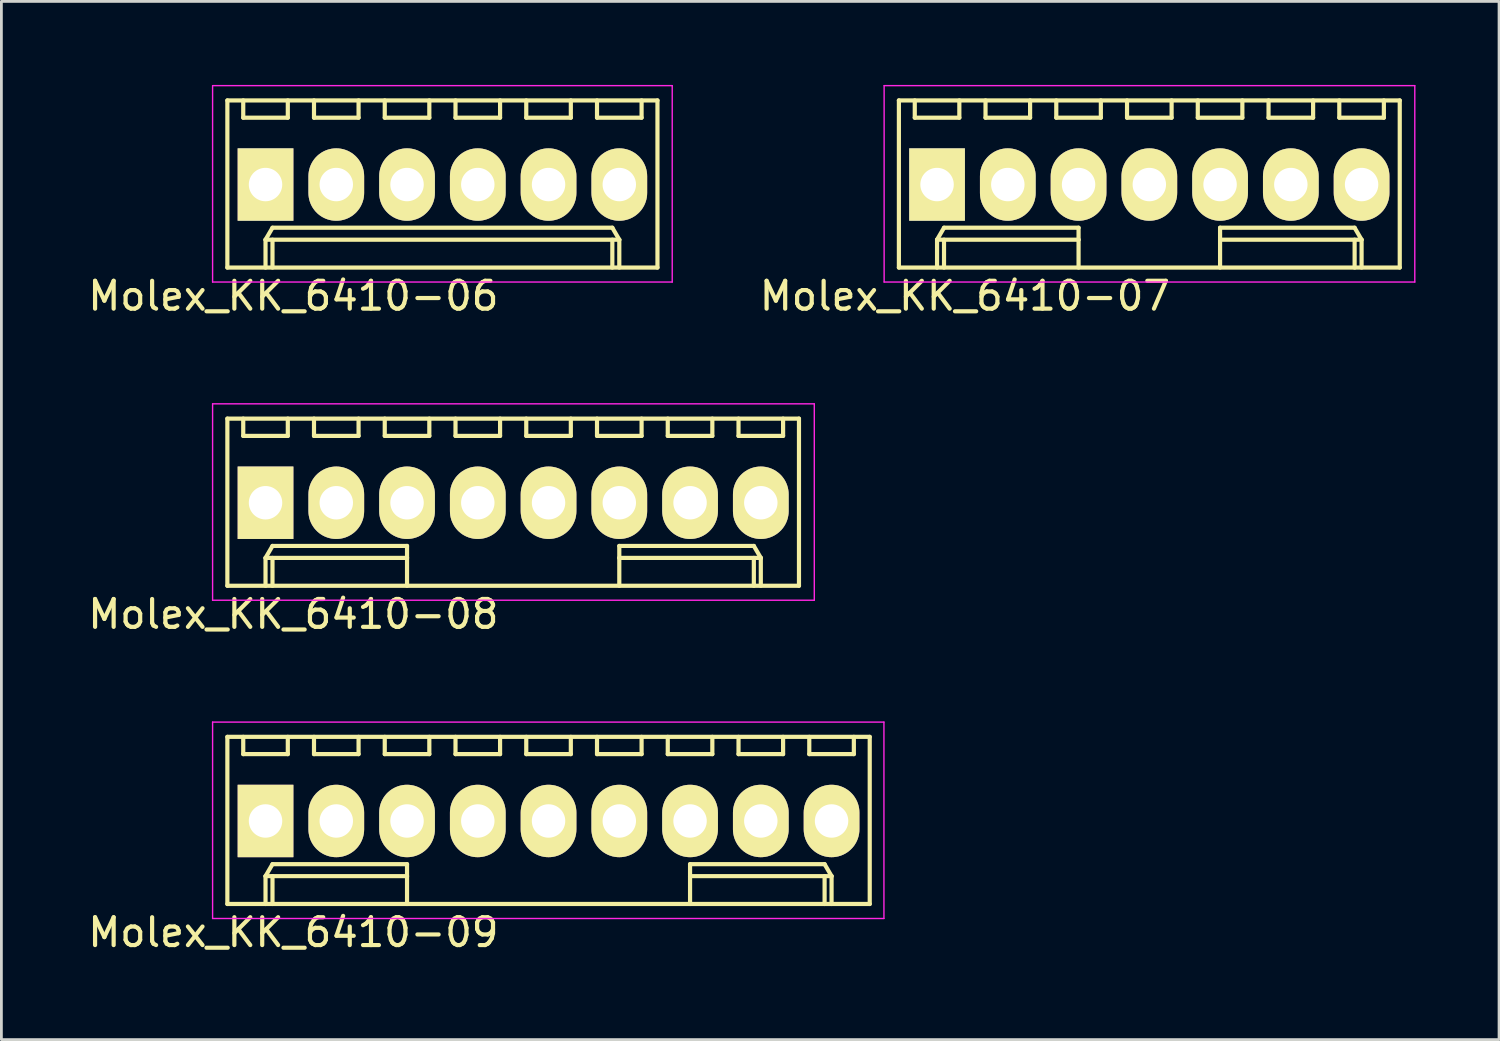
<source format=kicad_pcb>
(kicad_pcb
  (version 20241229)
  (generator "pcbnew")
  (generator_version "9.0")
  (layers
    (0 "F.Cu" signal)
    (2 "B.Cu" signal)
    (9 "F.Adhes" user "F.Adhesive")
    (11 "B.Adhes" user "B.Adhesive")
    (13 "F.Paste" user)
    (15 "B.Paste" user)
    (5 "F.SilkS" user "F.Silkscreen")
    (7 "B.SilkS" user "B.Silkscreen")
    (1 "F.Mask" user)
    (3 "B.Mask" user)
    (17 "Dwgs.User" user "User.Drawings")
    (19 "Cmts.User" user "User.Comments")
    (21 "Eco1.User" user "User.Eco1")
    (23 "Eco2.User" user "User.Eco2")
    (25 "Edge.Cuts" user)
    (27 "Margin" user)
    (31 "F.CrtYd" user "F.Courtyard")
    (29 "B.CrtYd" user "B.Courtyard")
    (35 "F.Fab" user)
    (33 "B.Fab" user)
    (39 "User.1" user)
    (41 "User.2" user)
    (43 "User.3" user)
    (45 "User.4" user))
  (footprint "Molex_KK_6410-06"
    (layer "F.Cu")
    (at 6.482 3.575)
    (property "Reference" "Molex_KK_6410-06" (at 1 4 0) (layer "F.SilkS") (effects (font (size 1 1) (thickness 0.15))))
    (attr through_hole)
    (fp_line (start -1.37 -3.02) (end -1.37 2.98) (stroke (width 0.15) (type solid)) (layer "F.SilkS"))
    (fp_line (start -1.37 2.98) (end 14.07 2.98) (stroke (width 0.15) (type solid)) (layer "F.SilkS"))
    (fp_line (start -0.8 -3.02) (end -0.8 -2.4) (stroke (width 0.15) (type solid)) (layer "F.SilkS"))
    (fp_line (start -0.8 -2.4) (end 0.8 -2.4) (stroke (width 0.15) (type solid)) (layer "F.SilkS"))
    (fp_line (start 0 1.98) (end 0.25 1.55) (stroke (width 0.15) (type solid)) (layer "F.SilkS"))
    (fp_line (start 0 1.98) (end 12.7 1.98) (stroke (width 0.15) (type solid)) (layer "F.SilkS"))
    (fp_line (start 0 2.98) (end 0 1.98) (stroke (width 0.15) (type solid)) (layer "F.SilkS"))
    (fp_line (start 0.25 1.55) (end 12.45 1.55) (stroke (width 0.15) (type solid)) (layer "F.SilkS"))
    (fp_line (start 0.25 2.98) (end 0.25 1.98) (stroke (width 0.15) (type solid)) (layer "F.SilkS"))
    (fp_line (start 0.8 -2.4) (end 0.8 -3.02) (stroke (width 0.15) (type solid)) (layer "F.SilkS"))
    (fp_line (start 1.74 -3.02) (end 1.74 -2.4) (stroke (width 0.15) (type solid)) (layer "F.SilkS"))
    (fp_line (start 1.74 -2.4) (end 3.34 -2.4) (stroke (width 0.15) (type solid)) (layer "F.SilkS"))
    (fp_line (start 3.34 -2.4) (end 3.34 -3.02) (stroke (width 0.15) (type solid)) (layer "F.SilkS"))
    (fp_line (start 4.28 -3.02) (end 4.28 -2.4) (stroke (width 0.15) (type solid)) (layer "F.SilkS"))
    (fp_line (start 4.28 -2.4) (end 5.88 -2.4) (stroke (width 0.15) (type solid)) (layer "F.SilkS"))
    (fp_line (start 5.88 -2.4) (end 5.88 -3.02) (stroke (width 0.15) (type solid)) (layer "F.SilkS"))
    (fp_line (start 6.82 -3.02) (end 6.82 -2.4) (stroke (width 0.15) (type solid)) (layer "F.SilkS"))
    (fp_line (start 6.82 -2.4) (end 8.42 -2.4) (stroke (width 0.15) (type solid)) (layer "F.SilkS"))
    (fp_line (start 8.42 -2.4) (end 8.42 -3.02) (stroke (width 0.15) (type solid)) (layer "F.SilkS"))
    (fp_line (start 9.36 -3.02) (end 9.36 -2.4) (stroke (width 0.15) (type solid)) (layer "F.SilkS"))
    (fp_line (start 9.36 -2.4) (end 10.96 -2.4) (stroke (width 0.15) (type solid)) (layer "F.SilkS"))
    (fp_line (start 10.96 -2.4) (end 10.96 -3.02) (stroke (width 0.15) (type solid)) (layer "F.SilkS"))
    (fp_line (start 11.9 -3.02) (end 11.9 -2.4) (stroke (width 0.15) (type solid)) (layer "F.SilkS"))
    (fp_line (start 11.9 -2.4) (end 13.5 -2.4) (stroke (width 0.15) (type solid)) (layer "F.SilkS"))
    (fp_line (start 12.45 1.55) (end 12.7 1.98) (stroke (width 0.15) (type solid)) (layer "F.SilkS"))
    (fp_line (start 12.45 2.98) (end 12.45 1.98) (stroke (width 0.15) (type solid)) (layer "F.SilkS"))
    (fp_line (start 12.7 1.98) (end 12.7 2.98) (stroke (width 0.15) (type solid)) (layer "F.SilkS"))
    (fp_line (start 13.5 -2.4) (end 13.5 -3.02) (stroke (width 0.15) (type solid)) (layer "F.SilkS"))
    (fp_line (start 14.07 -3.02) (end -1.37 -3.02) (stroke (width 0.15) (type solid)) (layer "F.SilkS"))
    (fp_line (start 14.07 2.98) (end 14.07 -3.02) (stroke (width 0.15) (type solid)) (layer "F.SilkS"))
    (fp_line (start -1.9 -3.55) (end 14.6 -3.55) (stroke (width 0.05) (type solid)) (layer "F.CrtYd"))
    (fp_line (start -1.9 3.5) (end -1.9 -3.55) (stroke (width 0.05) (type solid)) (layer "F.CrtYd"))
    (fp_line (start 14.6 -3.55) (end 14.6 3.5) (stroke (width 0.05) (type solid)) (layer "F.CrtYd"))
    (fp_line (start 14.6 3.5) (end -1.9 3.5) (stroke (width 0.05) (type solid)) (layer "F.CrtYd"))
    (pad "1" thru_hole rect (at 0 0) (size 2 2.6) (drill 1.2) (layers "*.Cu" "*.Mask" "F.SilkS"))
    (pad "2" thru_hole oval (at 2.54 0) (size 2 2.6) (drill 1.2) (layers "*.Cu" "*.Mask" "F.SilkS"))
    (pad "3" thru_hole oval (at 5.08 0) (size 2 2.6) (drill 1.2) (layers "*.Cu" "*.Mask" "F.SilkS"))
    (pad "4" thru_hole oval (at 7.62 0) (size 2 2.6) (drill 1.2) (layers "*.Cu" "*.Mask" "F.SilkS"))
    (pad "5" thru_hole oval (at 10.16 0) (size 2 2.6) (drill 1.2) (layers "*.Cu" "*.Mask" "F.SilkS"))
    (pad "6" thru_hole oval (at 12.7 0) (size 2 2.6) (drill 1.2) (layers "*.Cu" "*.Mask" "F.SilkS")))
  (footprint "Molex_KK_6410-08"
    (layer "F.Cu")
    (at 6.482 14.998)
    (property "Reference" "Molex_KK_6410-08" (at 1 4 0) (layer "F.SilkS") (effects (font (size 1 1) (thickness 0.15))))
    (attr through_hole)
    (fp_line (start -1.37 -3.02) (end -1.37 2.98) (stroke (width 0.15) (type solid)) (layer "F.SilkS"))
    (fp_line (start -1.37 2.98) (end 19.15 2.98) (stroke (width 0.15) (type solid)) (layer "F.SilkS"))
    (fp_line (start -0.8 -3.02) (end -0.8 -2.4) (stroke (width 0.15) (type solid)) (layer "F.SilkS"))
    (fp_line (start -0.8 -2.4) (end 0.8 -2.4) (stroke (width 0.15) (type solid)) (layer "F.SilkS"))
    (fp_line (start 0 1.98) (end 0.25 1.55) (stroke (width 0.15) (type solid)) (layer "F.SilkS"))
    (fp_line (start 0 1.98) (end 5.08 1.98) (stroke (width 0.15) (type solid)) (layer "F.SilkS"))
    (fp_line (start 0 2.98) (end 0 1.98) (stroke (width 0.15) (type solid)) (layer "F.SilkS"))
    (fp_line (start 0.25 1.55) (end 5.08 1.55) (stroke (width 0.15) (type solid)) (layer "F.SilkS"))
    (fp_line (start 0.25 2.98) (end 0.25 1.98) (stroke (width 0.15) (type solid)) (layer "F.SilkS"))
    (fp_line (start 0.8 -2.4) (end 0.8 -3.02) (stroke (width 0.15) (type solid)) (layer "F.SilkS"))
    (fp_line (start 1.74 -3.02) (end 1.74 -2.4) (stroke (width 0.15) (type solid)) (layer "F.SilkS"))
    (fp_line (start 1.74 -2.4) (end 3.34 -2.4) (stroke (width 0.15) (type solid)) (layer "F.SilkS"))
    (fp_line (start 3.34 -2.4) (end 3.34 -3.02) (stroke (width 0.15) (type solid)) (layer "F.SilkS"))
    (fp_line (start 4.28 -3.02) (end 4.28 -2.4) (stroke (width 0.15) (type solid)) (layer "F.SilkS"))
    (fp_line (start 4.28 -2.4) (end 5.88 -2.4) (stroke (width 0.15) (type solid)) (layer "F.SilkS"))
    (fp_line (start 5.08 1.55) (end 5.08 1.98) (stroke (width 0.15) (type solid)) (layer "F.SilkS"))
    (fp_line (start 5.08 1.98) (end 5.08 2.98) (stroke (width 0.15) (type solid)) (layer "F.SilkS"))
    (fp_line (start 5.88 -2.4) (end 5.88 -3.02) (stroke (width 0.15) (type solid)) (layer "F.SilkS"))
    (fp_line (start 6.82 -3.02) (end 6.82 -2.4) (stroke (width 0.15) (type solid)) (layer "F.SilkS"))
    (fp_line (start 6.82 -2.4) (end 8.42 -2.4) (stroke (width 0.15) (type solid)) (layer "F.SilkS"))
    (fp_line (start 8.42 -2.4) (end 8.42 -3.02) (stroke (width 0.15) (type solid)) (layer "F.SilkS"))
    (fp_line (start 9.36 -3.02) (end 9.36 -2.4) (stroke (width 0.15) (type solid)) (layer "F.SilkS"))
    (fp_line (start 9.36 -2.4) (end 10.96 -2.4) (stroke (width 0.15) (type solid)) (layer "F.SilkS"))
    (fp_line (start 10.96 -2.4) (end 10.96 -3.02) (stroke (width 0.15) (type solid)) (layer "F.SilkS"))
    (fp_line (start 11.9 -3.02) (end 11.9 -2.4) (stroke (width 0.15) (type solid)) (layer "F.SilkS"))
    (fp_line (start 11.9 -2.4) (end 13.5 -2.4) (stroke (width 0.15) (type solid)) (layer "F.SilkS"))
    (fp_line (start 12.7 1.55) (end 12.7 1.98) (stroke (width 0.15) (type solid)) (layer "F.SilkS"))
    (fp_line (start 12.7 1.98) (end 12.7 2.98) (stroke (width 0.15) (type solid)) (layer "F.SilkS"))
    (fp_line (start 13.5 -2.4) (end 13.5 -3.02) (stroke (width 0.15) (type solid)) (layer "F.SilkS"))
    (fp_line (start 14.44 -3.02) (end 14.44 -2.4) (stroke (width 0.15) (type solid)) (layer "F.SilkS"))
    (fp_line (start 14.44 -2.4) (end 16.04 -2.4) (stroke (width 0.15) (type solid)) (layer "F.SilkS"))
    (fp_line (start 16.04 -2.4) (end 16.04 -3.02) (stroke (width 0.15) (type solid)) (layer "F.SilkS"))
    (fp_line (start 16.98 -3.02) (end 16.98 -2.4) (stroke (width 0.15) (type solid)) (layer "F.SilkS"))
    (fp_line (start 16.98 -2.4) (end 18.58 -2.4) (stroke (width 0.15) (type solid)) (layer "F.SilkS"))
    (fp_line (start 17.53 1.55) (end 12.7 1.55) (stroke (width 0.15) (type solid)) (layer "F.SilkS"))
    (fp_line (start 17.53 2.98) (end 17.53 1.98) (stroke (width 0.15) (type solid)) (layer "F.SilkS"))
    (fp_line (start 17.78 1.98) (end 12.7 1.98) (stroke (width 0.15) (type solid)) (layer "F.SilkS"))
    (fp_line (start 17.78 1.98) (end 17.53 1.55) (stroke (width 0.15) (type solid)) (layer "F.SilkS"))
    (fp_line (start 17.78 2.98) (end 17.78 1.98) (stroke (width 0.15) (type solid)) (layer "F.SilkS"))
    (fp_line (start 18.58 -2.4) (end 18.58 -3.02) (stroke (width 0.15) (type solid)) (layer "F.SilkS"))
    (fp_line (start 19.15 -3.02) (end -1.37 -3.02) (stroke (width 0.15) (type solid)) (layer "F.SilkS"))
    (fp_line (start 19.15 2.98) (end 19.15 -3.02) (stroke (width 0.15) (type solid)) (layer "F.SilkS"))
    (fp_line (start -1.9 -3.55) (end 19.7 -3.55) (stroke (width 0.05) (type solid)) (layer "F.CrtYd"))
    (fp_line (start -1.9 3.5) (end -1.9 -3.55) (stroke (width 0.05) (type solid)) (layer "F.CrtYd"))
    (fp_line (start 19.7 -3.55) (end 19.7 3.5) (stroke (width 0.05) (type solid)) (layer "F.CrtYd"))
    (fp_line (start 19.7 3.5) (end -1.9 3.5) (stroke (width 0.05) (type solid)) (layer "F.CrtYd"))
    (pad "1" thru_hole rect (at 0 0) (size 2 2.6) (drill 1.2) (layers "*.Cu" "*.Mask" "F.SilkS"))
    (pad "2" thru_hole oval (at 2.54 0) (size 2 2.6) (drill 1.2) (layers "*.Cu" "*.Mask" "F.SilkS"))
    (pad "3" thru_hole oval (at 5.08 0) (size 2 2.6) (drill 1.2) (layers "*.Cu" "*.Mask" "F.SilkS"))
    (pad "4" thru_hole oval (at 7.62 0) (size 2 2.6) (drill 1.2) (layers "*.Cu" "*.Mask" "F.SilkS"))
    (pad "5" thru_hole oval (at 10.16 0) (size 2 2.6) (drill 1.2) (layers "*.Cu" "*.Mask" "F.SilkS"))
    (pad "6" thru_hole oval (at 12.7 0) (size 2 2.6) (drill 1.2) (layers "*.Cu" "*.Mask" "F.SilkS"))
    (pad "7" thru_hole oval (at 15.24 0) (size 2 2.6) (drill 1.2) (layers "*.Cu" "*.Mask" "F.SilkS"))
    (pad "8" thru_hole oval (at 17.78 0) (size 2 2.6) (drill 1.2) (layers "*.Cu" "*.Mask" "F.SilkS")))
  (footprint "Molex_KK_6410-09"
    (layer "F.Cu")
    (at 6.482 26.422)
    (property "Reference" "Molex_KK_6410-09" (at 1 4 0) (layer "F.SilkS") (effects (font (size 1 1) (thickness 0.15))))
    (attr through_hole)
    (fp_line (start -1.37 -3.02) (end -1.37 2.98) (stroke (width 0.15) (type solid)) (layer "F.SilkS"))
    (fp_line (start -1.37 2.98) (end 21.69 2.98) (stroke (width 0.15) (type solid)) (layer "F.SilkS"))
    (fp_line (start -0.8 -3.02) (end -0.8 -2.4) (stroke (width 0.15) (type solid)) (layer "F.SilkS"))
    (fp_line (start -0.8 -2.4) (end 0.8 -2.4) (stroke (width 0.15) (type solid)) (layer "F.SilkS"))
    (fp_line (start 0 1.98) (end 0.25 1.55) (stroke (width 0.15) (type solid)) (layer "F.SilkS"))
    (fp_line (start 0 1.98) (end 5.08 1.98) (stroke (width 0.15) (type solid)) (layer "F.SilkS"))
    (fp_line (start 0 2.98) (end 0 1.98) (stroke (width 0.15) (type solid)) (layer "F.SilkS"))
    (fp_line (start 0.25 1.55) (end 5.08 1.55) (stroke (width 0.15) (type solid)) (layer "F.SilkS"))
    (fp_line (start 0.25 2.98) (end 0.25 1.98) (stroke (width 0.15) (type solid)) (layer "F.SilkS"))
    (fp_line (start 0.8 -2.4) (end 0.8 -3.02) (stroke (width 0.15) (type solid)) (layer "F.SilkS"))
    (fp_line (start 1.74 -3.02) (end 1.74 -2.4) (stroke (width 0.15) (type solid)) (layer "F.SilkS"))
    (fp_line (start 1.74 -2.4) (end 3.34 -2.4) (stroke (width 0.15) (type solid)) (layer "F.SilkS"))
    (fp_line (start 3.34 -2.4) (end 3.34 -3.02) (stroke (width 0.15) (type solid)) (layer "F.SilkS"))
    (fp_line (start 4.28 -3.02) (end 4.28 -2.4) (stroke (width 0.15) (type solid)) (layer "F.SilkS"))
    (fp_line (start 4.28 -2.4) (end 5.88 -2.4) (stroke (width 0.15) (type solid)) (layer "F.SilkS"))
    (fp_line (start 5.08 1.55) (end 5.08 1.98) (stroke (width 0.15) (type solid)) (layer "F.SilkS"))
    (fp_line (start 5.08 1.98) (end 5.08 2.98) (stroke (width 0.15) (type solid)) (layer "F.SilkS"))
    (fp_line (start 5.88 -2.4) (end 5.88 -3.02) (stroke (width 0.15) (type solid)) (layer "F.SilkS"))
    (fp_line (start 6.82 -3.02) (end 6.82 -2.4) (stroke (width 0.15) (type solid)) (layer "F.SilkS"))
    (fp_line (start 6.82 -2.4) (end 8.42 -2.4) (stroke (width 0.15) (type solid)) (layer "F.SilkS"))
    (fp_line (start 8.42 -2.4) (end 8.42 -3.02) (stroke (width 0.15) (type solid)) (layer "F.SilkS"))
    (fp_line (start 9.36 -3.02) (end 9.36 -2.4) (stroke (width 0.15) (type solid)) (layer "F.SilkS"))
    (fp_line (start 9.36 -2.4) (end 10.96 -2.4) (stroke (width 0.15) (type solid)) (layer "F.SilkS"))
    (fp_line (start 10.96 -2.4) (end 10.96 -3.02) (stroke (width 0.15) (type solid)) (layer "F.SilkS"))
    (fp_line (start 11.9 -3.02) (end 11.9 -2.4) (stroke (width 0.15) (type solid)) (layer "F.SilkS"))
    (fp_line (start 11.9 -2.4) (end 13.5 -2.4) (stroke (width 0.15) (type solid)) (layer "F.SilkS"))
    (fp_line (start 13.5 -2.4) (end 13.5 -3.02) (stroke (width 0.15) (type solid)) (layer "F.SilkS"))
    (fp_line (start 14.44 -3.02) (end 14.44 -2.4) (stroke (width 0.15) (type solid)) (layer "F.SilkS"))
    (fp_line (start 14.44 -2.4) (end 16.04 -2.4) (stroke (width 0.15) (type solid)) (layer "F.SilkS"))
    (fp_line (start 15.24 1.55) (end 15.24 1.98) (stroke (width 0.15) (type solid)) (layer "F.SilkS"))
    (fp_line (start 15.24 1.98) (end 15.24 2.98) (stroke (width 0.15) (type solid)) (layer "F.SilkS"))
    (fp_line (start 16.04 -2.4) (end 16.04 -3.02) (stroke (width 0.15) (type solid)) (layer "F.SilkS"))
    (fp_line (start 16.98 -3.02) (end 16.98 -2.4) (stroke (width 0.15) (type solid)) (layer "F.SilkS"))
    (fp_line (start 16.98 -2.4) (end 18.58 -2.4) (stroke (width 0.15) (type solid)) (layer "F.SilkS"))
    (fp_line (start 18.58 -2.4) (end 18.58 -3.02) (stroke (width 0.15) (type solid)) (layer "F.SilkS"))
    (fp_line (start 19.52 -3.02) (end 19.52 -2.4) (stroke (width 0.15) (type solid)) (layer "F.SilkS"))
    (fp_line (start 19.52 -2.4) (end 21.12 -2.4) (stroke (width 0.15) (type solid)) (layer "F.SilkS"))
    (fp_line (start 20.07 1.55) (end 15.24 1.55) (stroke (width 0.15) (type solid)) (layer "F.SilkS"))
    (fp_line (start 20.07 2.98) (end 20.07 1.98) (stroke (width 0.15) (type solid)) (layer "F.SilkS"))
    (fp_line (start 20.32 1.98) (end 15.24 1.98) (stroke (width 0.15) (type solid)) (layer "F.SilkS"))
    (fp_line (start 20.32 1.98) (end 20.07 1.55) (stroke (width 0.15) (type solid)) (layer "F.SilkS"))
    (fp_line (start 20.32 2.98) (end 20.32 1.98) (stroke (width 0.15) (type solid)) (layer "F.SilkS"))
    (fp_line (start 21.12 -2.4) (end 21.12 -3.02) (stroke (width 0.15) (type solid)) (layer "F.SilkS"))
    (fp_line (start 21.69 -3.02) (end -1.37 -3.02) (stroke (width 0.15) (type solid)) (layer "F.SilkS"))
    (fp_line (start 21.69 2.98) (end 21.69 -3.02) (stroke (width 0.15) (type solid)) (layer "F.SilkS"))
    (fp_line (start -1.9 -3.55) (end 22.2 -3.55) (stroke (width 0.05) (type solid)) (layer "F.CrtYd"))
    (fp_line (start -1.9 3.5) (end -1.9 -3.55) (stroke (width 0.05) (type solid)) (layer "F.CrtYd"))
    (fp_line (start 22.2 -3.55) (end 22.2 3.5) (stroke (width 0.05) (type solid)) (layer "F.CrtYd"))
    (fp_line (start 22.2 3.5) (end -1.9 3.5) (stroke (width 0.05) (type solid)) (layer "F.CrtYd"))
    (pad "1" thru_hole rect (at 0 0) (size 2 2.6) (drill 1.2) (layers "*.Cu" "*.Mask" "F.SilkS"))
    (pad "2" thru_hole oval (at 2.54 0) (size 2 2.6) (drill 1.2) (layers "*.Cu" "*.Mask" "F.SilkS"))
    (pad "3" thru_hole oval (at 5.08 0) (size 2 2.6) (drill 1.2) (layers "*.Cu" "*.Mask" "F.SilkS"))
    (pad "4" thru_hole oval (at 7.62 0) (size 2 2.6) (drill 1.2) (layers "*.Cu" "*.Mask" "F.SilkS"))
    (pad "5" thru_hole oval (at 10.16 0) (size 2 2.6) (drill 1.2) (layers "*.Cu" "*.Mask" "F.SilkS"))
    (pad "6" thru_hole oval (at 12.7 0) (size 2 2.6) (drill 1.2) (layers "*.Cu" "*.Mask" "F.SilkS"))
    (pad "7" thru_hole oval (at 15.24 0) (size 2 2.6) (drill 1.2) (layers "*.Cu" "*.Mask" "F.SilkS"))
    (pad "8" thru_hole oval (at 17.78 0) (size 2 2.6) (drill 1.2) (layers "*.Cu" "*.Mask" "F.SilkS"))
    (pad "9" thru_hole oval (at 20.32 0) (size 2 2.6) (drill 1.2) (layers "*.Cu" "*.Mask" "F.SilkS")))
  (footprint "Molex_KK_6410-07"
    (layer "F.Cu")
    (at 30.589 3.575)
    (property "Reference" "Molex_KK_6410-07" (at 1 4 0) (layer "F.SilkS") (effects (font (size 1 1) (thickness 0.15))))
    (attr through_hole)
    (fp_line (start -1.37 -3.02) (end -1.37 2.98) (stroke (width 0.15) (type solid)) (layer "F.SilkS"))
    (fp_line (start -1.37 2.98) (end 16.61 2.98) (stroke (width 0.15) (type solid)) (layer "F.SilkS"))
    (fp_line (start -0.8 -3.02) (end -0.8 -2.4) (stroke (width 0.15) (type solid)) (layer "F.SilkS"))
    (fp_line (start -0.8 -2.4) (end 0.8 -2.4) (stroke (width 0.15) (type solid)) (layer "F.SilkS"))
    (fp_line (start 0 1.98) (end 0.25 1.55) (stroke (width 0.15) (type solid)) (layer "F.SilkS"))
    (fp_line (start 0 1.98) (end 5.08 1.98) (stroke (width 0.15) (type solid)) (layer "F.SilkS"))
    (fp_line (start 0 2.98) (end 0 1.98) (stroke (width 0.15) (type solid)) (layer "F.SilkS"))
    (fp_line (start 0.25 1.55) (end 5.08 1.55) (stroke (width 0.15) (type solid)) (layer "F.SilkS"))
    (fp_line (start 0.25 2.98) (end 0.25 1.98) (stroke (width 0.15) (type solid)) (layer "F.SilkS"))
    (fp_line (start 0.8 -2.4) (end 0.8 -3.02) (stroke (width 0.15) (type solid)) (layer "F.SilkS"))
    (fp_line (start 1.74 -3.02) (end 1.74 -2.4) (stroke (width 0.15) (type solid)) (layer "F.SilkS"))
    (fp_line (start 1.74 -2.4) (end 3.34 -2.4) (stroke (width 0.15) (type solid)) (layer "F.SilkS"))
    (fp_line (start 3.34 -2.4) (end 3.34 -3.02) (stroke (width 0.15) (type solid)) (layer "F.SilkS"))
    (fp_line (start 4.28 -3.02) (end 4.28 -2.4) (stroke (width 0.15) (type solid)) (layer "F.SilkS"))
    (fp_line (start 4.28 -2.4) (end 5.88 -2.4) (stroke (width 0.15) (type solid)) (layer "F.SilkS"))
    (fp_line (start 5.08 1.55) (end 5.08 1.98) (stroke (width 0.15) (type solid)) (layer "F.SilkS"))
    (fp_line (start 5.08 1.98) (end 5.08 2.98) (stroke (width 0.15) (type solid)) (layer "F.SilkS"))
    (fp_line (start 5.88 -2.4) (end 5.88 -3.02) (stroke (width 0.15) (type solid)) (layer "F.SilkS"))
    (fp_line (start 6.82 -3.02) (end 6.82 -2.4) (stroke (width 0.15) (type solid)) (layer "F.SilkS"))
    (fp_line (start 6.82 -2.4) (end 8.42 -2.4) (stroke (width 0.15) (type solid)) (layer "F.SilkS"))
    (fp_line (start 8.42 -2.4) (end 8.42 -3.02) (stroke (width 0.15) (type solid)) (layer "F.SilkS"))
    (fp_line (start 9.36 -3.02) (end 9.36 -2.4) (stroke (width 0.15) (type solid)) (layer "F.SilkS"))
    (fp_line (start 9.36 -2.4) (end 10.96 -2.4) (stroke (width 0.15) (type solid)) (layer "F.SilkS"))
    (fp_line (start 10.16 1.55) (end 10.16 1.98) (stroke (width 0.15) (type solid)) (layer "F.SilkS"))
    (fp_line (start 10.16 1.98) (end 10.16 2.98) (stroke (width 0.15) (type solid)) (layer "F.SilkS"))
    (fp_line (start 10.96 -2.4) (end 10.96 -3.02) (stroke (width 0.15) (type solid)) (layer "F.SilkS"))
    (fp_line (start 11.9 -3.02) (end 11.9 -2.4) (stroke (width 0.15) (type solid)) (layer "F.SilkS"))
    (fp_line (start 11.9 -2.4) (end 13.5 -2.4) (stroke (width 0.15) (type solid)) (layer "F.SilkS"))
    (fp_line (start 13.5 -2.4) (end 13.5 -3.02) (stroke (width 0.15) (type solid)) (layer "F.SilkS"))
    (fp_line (start 14.44 -3.02) (end 14.44 -2.4) (stroke (width 0.15) (type solid)) (layer "F.SilkS"))
    (fp_line (start 14.44 -2.4) (end 16.04 -2.4) (stroke (width 0.15) (type solid)) (layer "F.SilkS"))
    (fp_line (start 14.99 1.55) (end 10.16 1.55) (stroke (width 0.15) (type solid)) (layer "F.SilkS"))
    (fp_line (start 14.99 2.98) (end 14.99 1.98) (stroke (width 0.15) (type solid)) (layer "F.SilkS"))
    (fp_line (start 15.24 1.98) (end 10.16 1.98) (stroke (width 0.15) (type solid)) (layer "F.SilkS"))
    (fp_line (start 15.24 1.98) (end 14.99 1.55) (stroke (width 0.15) (type solid)) (layer "F.SilkS"))
    (fp_line (start 15.24 2.98) (end 15.24 1.98) (stroke (width 0.15) (type solid)) (layer "F.SilkS"))
    (fp_line (start 16.04 -2.4) (end 16.04 -3.02) (stroke (width 0.15) (type solid)) (layer "F.SilkS"))
    (fp_line (start 16.61 -3.02) (end -1.37 -3.02) (stroke (width 0.15) (type solid)) (layer "F.SilkS"))
    (fp_line (start 16.61 2.98) (end 16.61 -3.02) (stroke (width 0.15) (type solid)) (layer "F.SilkS"))
    (fp_line (start -1.9 -3.55) (end 17.15 -3.55) (stroke (width 0.05) (type solid)) (layer "F.CrtYd"))
    (fp_line (start -1.9 3.5) (end -1.9 -3.55) (stroke (width 0.05) (type solid)) (layer "F.CrtYd"))
    (fp_line (start 17.15 -3.55) (end 17.15 3.5) (stroke (width 0.05) (type solid)) (layer "F.CrtYd"))
    (fp_line (start 17.15 3.5) (end -1.9 3.5) (stroke (width 0.05) (type solid)) (layer "F.CrtYd"))
    (pad "1" thru_hole rect (at 0 0) (size 2 2.6) (drill 1.2) (layers "*.Cu" "*.Mask" "F.SilkS"))
    (pad "2" thru_hole oval (at 2.54 0) (size 2 2.6) (drill 1.2) (layers "*.Cu" "*.Mask" "F.SilkS"))
    (pad "3" thru_hole oval (at 5.08 0) (size 2 2.6) (drill 1.2) (layers "*.Cu" "*.Mask" "F.SilkS"))
    (pad "4" thru_hole oval (at 7.62 0) (size 2 2.6) (drill 1.2) (layers "*.Cu" "*.Mask" "F.SilkS"))
    (pad "5" thru_hole oval (at 10.16 0) (size 2 2.6) (drill 1.2) (layers "*.Cu" "*.Mask" "F.SilkS"))
    (pad "6" thru_hole oval (at 12.7 0) (size 2 2.6) (drill 1.2) (layers "*.Cu" "*.Mask" "F.SilkS"))
    (pad "7" thru_hole oval (at 15.24 0) (size 2 2.6) (drill 1.2) (layers "*.Cu" "*.Mask" "F.SilkS")))
  (gr_rect
    (start -3 -3)
    (end 50.764 34.27)
    (stroke (width 0.1) (type default))
    (fill no)
    (layer "Edge.Cuts")))
</source>
